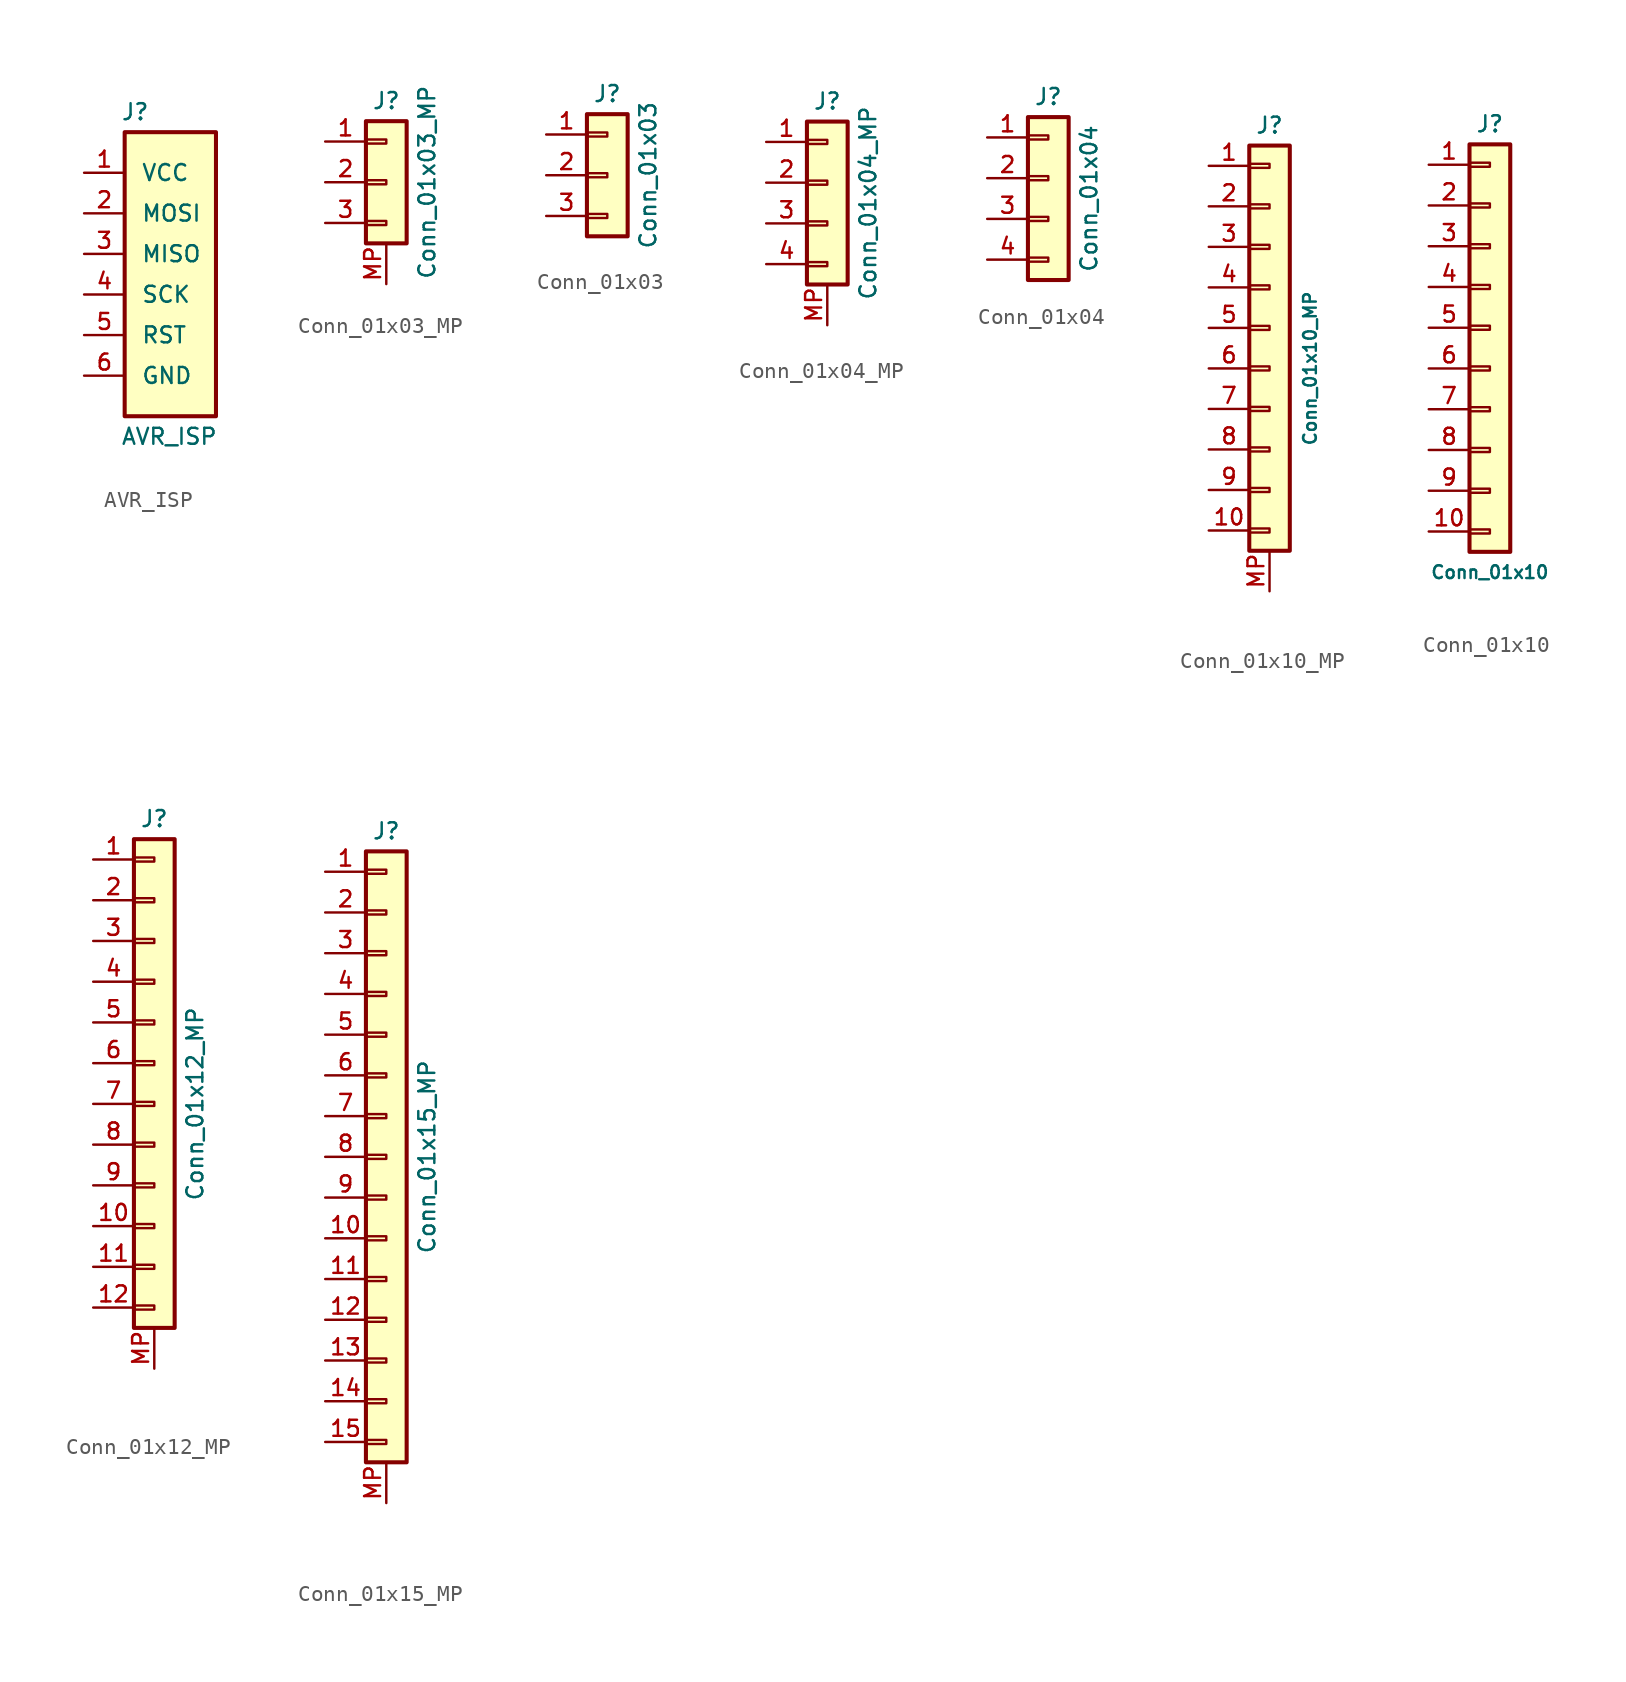
<source format=kicad_sym>
(kicad_symbol_lib
  (version 20201005)
  (generator kicad_symbol_editor)
  (symbol "HDLib_Connector:AVR_ISP"
    (pin_names
      (offset 1.016))
    (property "Reference" "J"
      (at -2.794 8.89 0)
      (effects (font (size 1 1)) (justify left)))
    (property "Value" "AVR_ISP"
      (at 0.254 -11.43 0)
      (effects (font (size 1 1))))
    (symbol "AVR_ISP_0_1"
      (rectangle (start -2.54 7.62) (end 3.175 -10.16) (stroke (width 0.254)) (fill (type background))))
    (symbol "AVR_ISP_1_1"
      (pin power_in line (at -5.08 5.08 0) (length 2.54) (name "VCC" (effects (font (size 1 1)))) (number "1" (effects (font (size 1 1)))))
      (pin passive line (at -5.08 2.54 0) (length 2.54) (name "MOSI" (effects (font (size 1 1)))) (number "2" (effects (font (size 1 1)))))
      (pin passive line (at -5.08 0 0) (length 2.54) (name "MISO" (effects (font (size 1 1)))) (number "3" (effects (font (size 1 1)))))
      (pin passive line (at -5.08 -2.54 0) (length 2.54) (name "SCK" (effects (font (size 1 1)))) (number "4" (effects (font (size 1 1)))))
      (pin passive line (at -5.08 -5.08 0) (length 2.54) (name "RST" (effects (font (size 1 1)))) (number "5" (effects (font (size 1 1)))))
      (pin power_in line (at -5.08 -7.62 0) (length 2.54) (name "GND" (effects (font (size 1 1)))) (number "6" (effects (font (size 1 1)))))))
  (symbol "HDLib_Connector:Conn_01x03_MP"
    (pin_names
      (offset 1.016) hide)
    (property "Reference" "J"
      (at 0 5.08 0)
      (effects (font (size 1 1))))
    (property "Value" "Conn_01x03_MP"
      (at 2.54 0 90)
      (effects (font (size 1 1))))
    (symbol "Conn_01x03_MP_1_1"
      (rectangle (start -1.27 -2.413) (end 0 -2.667) (stroke (width 0.152)) (fill (type none)))
      (rectangle (start -1.27 0.127) (end 0 -0.127) (stroke (width 0.152)) (fill (type none)))
      (rectangle (start -1.27 2.667) (end 0 2.413) (stroke (width 0.152)) (fill (type none)))
      (rectangle (start -1.27 3.81) (end 1.27 -3.81) (stroke (width 0.254)) (fill (type background)))
      (pin passive line (at -3.81 2.54 0) (length 2.54) (name "Pin_1" (effects (font (size 1 1)))) (number "1" (effects (font (size 1 1)))))
      (pin passive line (at -3.81 0 0) (length 2.54) (name "Pin_2" (effects (font (size 1 1)))) (number "2" (effects (font (size 1 1)))))
      (pin passive line (at -3.81 -2.54 0) (length 2.54) (name "Pin_3" (effects (font (size 1 1)))) (number "3" (effects (font (size 1 1)))))
      (pin passive line (at 0 -6.35 90) (length 2.54) (name "MP" (effects (font (size 1 1)))) (number "MP" (effects (font (size 1 1)))))))
  (symbol "HDLib_Connector:Conn_01x03"
    (pin_names
      (offset 1.016) hide)
    (property "Reference" "J"
      (at 0 5.08 0)
      (effects (font (size 1 1))))
    (property "Value" "Conn_01x03"
      (at 2.54 0 90)
      (effects (font (size 1 1))))
    (symbol "Conn_01x03_1_1"
      (rectangle (start -1.27 -2.413) (end 0 -2.667) (stroke (width 0.152)) (fill (type none)))
      (rectangle (start -1.27 0.127) (end 0 -0.127) (stroke (width 0.152)) (fill (type none)))
      (rectangle (start -1.27 2.667) (end 0 2.413) (stroke (width 0.152)) (fill (type none)))
      (rectangle (start -1.27 3.81) (end 1.27 -3.81) (stroke (width 0.254)) (fill (type background)))
      (pin passive line (at -3.81 2.54 0) (length 2.54) (name "Pin_1" (effects (font (size 1 1)))) (number "1" (effects (font (size 1 1)))))
      (pin passive line (at -3.81 0 0) (length 2.54) (name "Pin_2" (effects (font (size 1 1)))) (number "2" (effects (font (size 1 1)))))
      (pin passive line (at -3.81 -2.54 0) (length 2.54) (name "Pin_3" (effects (font (size 1 1)))) (number "3" (effects (font (size 1 1)))))))
  (symbol "HDLib_Connector:Conn_01x04_MP"
    (pin_names
      (offset 1.016) hide)
    (property "Reference" "J"
      (at 0 5.08 0)
      (effects (font (size 1 1))))
    (property "Value" "Conn_01x04_MP"
      (at 2.54 -1.27 90)
      (effects (font (size 1 1))))
    (symbol "Conn_01x04_MP_1_1"
      (rectangle (start -1.27 -4.953) (end 0 -5.207) (stroke (width 0.152)) (fill (type none)))
      (rectangle (start -1.27 -2.413) (end 0 -2.667) (stroke (width 0.152)) (fill (type none)))
      (rectangle (start -1.27 0.127) (end 0 -0.127) (stroke (width 0.152)) (fill (type none)))
      (rectangle (start -1.27 2.667) (end 0 2.413) (stroke (width 0.152)) (fill (type none)))
      (rectangle (start -1.27 3.81) (end 1.27 -6.35) (stroke (width 0.254)) (fill (type background)))
      (pin passive line (at -3.81 2.54 0) (length 2.54) (name "Pin_1" (effects (font (size 1 1)))) (number "1" (effects (font (size 1 1)))))
      (pin passive line (at -3.81 0 0) (length 2.54) (name "Pin_2" (effects (font (size 1 1)))) (number "2" (effects (font (size 1 1)))))
      (pin passive line (at -3.81 -2.54 0) (length 2.54) (name "Pin_3" (effects (font (size 1 1)))) (number "3" (effects (font (size 1 1)))))
      (pin passive line (at -3.81 -5.08 0) (length 2.54) (name "Pin_4" (effects (font (size 1 1)))) (number "4" (effects (font (size 1 1)))))
      (pin passive line (at 0 -8.89 90) (length 2.54) (name "MP" (effects (font (size 1 1)))) (number "MP" (effects (font (size 1 1)))))))
  (symbol "HDLib_Connector:Conn_01x04"
    (pin_names
      (offset 1.016) hide)
    (property "Reference" "J"
      (at 0 5.08 0)
      (effects (font (size 1 1))))
    (property "Value" "Conn_01x04"
      (at 2.54 -1.27 90)
      (effects (font (size 1 1))))
    (symbol "Conn_01x04_1_1"
      (rectangle (start -1.27 -4.953) (end 0 -5.207) (stroke (width 0.152)) (fill (type none)))
      (rectangle (start -1.27 -2.413) (end 0 -2.667) (stroke (width 0.152)) (fill (type none)))
      (rectangle (start -1.27 0.127) (end 0 -0.127) (stroke (width 0.152)) (fill (type none)))
      (rectangle (start -1.27 2.667) (end 0 2.413) (stroke (width 0.152)) (fill (type none)))
      (rectangle (start -1.27 3.81) (end 1.27 -6.35) (stroke (width 0.254)) (fill (type background)))
      (pin passive line (at -3.81 2.54 0) (length 2.54) (name "Pin_1" (effects (font (size 1 1)))) (number "1" (effects (font (size 1 1)))))
      (pin passive line (at -3.81 0 0) (length 2.54) (name "Pin_2" (effects (font (size 1 1)))) (number "2" (effects (font (size 1 1)))))
      (pin passive line (at -3.81 -2.54 0) (length 2.54) (name "Pin_3" (effects (font (size 1 1)))) (number "3" (effects (font (size 1 1)))))
      (pin passive line (at -3.81 -5.08 0) (length 2.54) (name "Pin_4" (effects (font (size 1 1)))) (number "4" (effects (font (size 1 1)))))))
  (symbol "HDLib_Connector:Conn_01x10_MP"
    (pin_names
      (offset 1.016) hide)
    (property "Reference" "J"
      (at 0 12.7 0)
      (effects (font (size 1 1))))
    (property "Value" "Conn_01x10_MP"
      (at 2.54 -2.54 90)
      (effects (font (size 0.8 0.8))))
    (symbol "Conn_01x10_MP_1_1"
      (rectangle (start -1.27 -12.573) (end 0 -12.827) (stroke (width 0.152)) (fill (type none)))
      (rectangle (start -1.27 -10.033) (end 0 -10.287) (stroke (width 0.152)) (fill (type none)))
      (rectangle (start -1.27 -7.493) (end 0 -7.747) (stroke (width 0.152)) (fill (type none)))
      (rectangle (start -1.27 -4.953) (end 0 -5.207) (stroke (width 0.152)) (fill (type none)))
      (rectangle (start -1.27 -2.413) (end 0 -2.667) (stroke (width 0.152)) (fill (type none)))
      (rectangle (start -1.27 0.127) (end 0 -0.127) (stroke (width 0.152)) (fill (type none)))
      (rectangle (start -1.27 2.667) (end 0 2.413) (stroke (width 0.152)) (fill (type none)))
      (rectangle (start -1.27 5.207) (end 0 4.953) (stroke (width 0.152)) (fill (type none)))
      (rectangle (start -1.27 7.747) (end 0 7.493) (stroke (width 0.152)) (fill (type none)))
      (rectangle (start -1.27 10.287) (end 0 10.033) (stroke (width 0.152)) (fill (type none)))
      (rectangle (start -1.27 11.43) (end 1.27 -13.97) (stroke (width 0.254)) (fill (type background)))
      (pin passive line (at -3.81 10.16 0) (length 2.54) (name "Pin_1" (effects (font (size 1 1)))) (number "1" (effects (font (size 1 1)))))
      (pin passive line (at -3.81 -12.7 0) (length 2.54) (name "Pin_10" (effects (font (size 1 1)))) (number "10" (effects (font (size 1 1)))))
      (pin passive line (at -3.81 7.62 0) (length 2.54) (name "Pin_2" (effects (font (size 1 1)))) (number "2" (effects (font (size 1 1)))))
      (pin passive line (at -3.81 5.08 0) (length 2.54) (name "Pin_3" (effects (font (size 1 1)))) (number "3" (effects (font (size 1 1)))))
      (pin passive line (at -3.81 2.54 0) (length 2.54) (name "Pin_4" (effects (font (size 1 1)))) (number "4" (effects (font (size 1 1)))))
      (pin passive line (at -3.81 0 0) (length 2.54) (name "Pin_5" (effects (font (size 1 1)))) (number "5" (effects (font (size 1 1)))))
      (pin passive line (at -3.81 -2.54 0) (length 2.54) (name "Pin_6" (effects (font (size 1 1)))) (number "6" (effects (font (size 1 1)))))
      (pin passive line (at -3.81 -5.08 0) (length 2.54) (name "Pin_7" (effects (font (size 1 1)))) (number "7" (effects (font (size 1 1)))))
      (pin passive line (at -3.81 -7.62 0) (length 2.54) (name "Pin_8" (effects (font (size 1 1)))) (number "8" (effects (font (size 1 1)))))
      (pin passive line (at -3.81 -10.16 0) (length 2.54) (name "Pin_9" (effects (font (size 1 1)))) (number "9" (effects (font (size 1 1)))))
      (pin passive line (at 0 -16.51 90) (length 2.54) (name "MP" (effects (font (size 1 1)))) (number "MP" (effects (font (size 1 1)))))))
  (symbol "HDLib_Connector:Conn_01x10"
    (pin_names
      (offset 1.016) hide)
    (property "Reference" "J"
      (at 0 12.7 0)
      (effects (font (size 1 1))))
    (property "Value" "Conn_01x10"
      (at 0 -15.24 0)
      (effects (font (size 0.8 0.8))))
    (symbol "Conn_01x10_1_1"
      (rectangle (start -1.27 -12.573) (end 0 -12.827) (stroke (width 0.152)) (fill (type none)))
      (rectangle (start -1.27 -10.033) (end 0 -10.287) (stroke (width 0.152)) (fill (type none)))
      (rectangle (start -1.27 -7.493) (end 0 -7.747) (stroke (width 0.152)) (fill (type none)))
      (rectangle (start -1.27 -4.953) (end 0 -5.207) (stroke (width 0.152)) (fill (type none)))
      (rectangle (start -1.27 -2.413) (end 0 -2.667) (stroke (width 0.152)) (fill (type none)))
      (rectangle (start -1.27 0.127) (end 0 -0.127) (stroke (width 0.152)) (fill (type none)))
      (rectangle (start -1.27 2.667) (end 0 2.413) (stroke (width 0.152)) (fill (type none)))
      (rectangle (start -1.27 5.207) (end 0 4.953) (stroke (width 0.152)) (fill (type none)))
      (rectangle (start -1.27 7.747) (end 0 7.493) (stroke (width 0.152)) (fill (type none)))
      (rectangle (start -1.27 10.287) (end 0 10.033) (stroke (width 0.152)) (fill (type none)))
      (rectangle (start -1.27 11.43) (end 1.27 -13.97) (stroke (width 0.254)) (fill (type background)))
      (pin passive line (at -3.81 10.16 0) (length 2.54) (name "Pin_1" (effects (font (size 1 1)))) (number "1" (effects (font (size 1 1)))))
      (pin passive line (at -3.81 -12.7 0) (length 2.54) (name "Pin_10" (effects (font (size 1 1)))) (number "10" (effects (font (size 1 1)))))
      (pin passive line (at -3.81 7.62 0) (length 2.54) (name "Pin_2" (effects (font (size 1 1)))) (number "2" (effects (font (size 1 1)))))
      (pin passive line (at -3.81 5.08 0) (length 2.54) (name "Pin_3" (effects (font (size 1 1)))) (number "3" (effects (font (size 1 1)))))
      (pin passive line (at -3.81 2.54 0) (length 2.54) (name "Pin_4" (effects (font (size 1 1)))) (number "4" (effects (font (size 1 1)))))
      (pin passive line (at -3.81 0 0) (length 2.54) (name "Pin_5" (effects (font (size 1 1)))) (number "5" (effects (font (size 1 1)))))
      (pin passive line (at -3.81 -2.54 0) (length 2.54) (name "Pin_6" (effects (font (size 1 1)))) (number "6" (effects (font (size 1 1)))))
      (pin passive line (at -3.81 -5.08 0) (length 2.54) (name "Pin_7" (effects (font (size 1 1)))) (number "7" (effects (font (size 1 1)))))
      (pin passive line (at -3.81 -7.62 0) (length 2.54) (name "Pin_8" (effects (font (size 1 1)))) (number "8" (effects (font (size 1 1)))))
      (pin passive line (at -3.81 -10.16 0) (length 2.54) (name "Pin_9" (effects (font (size 1 1)))) (number "9" (effects (font (size 1 1)))))))
  (symbol "HDLib_Connector:Conn_01x12_MP"
    (pin_names
      (offset 1.016) hide)
    (property "Reference" "J"
      (at 0 15.24 0)
      (effects (font (size 1 1))))
    (property "Value" "Conn_01x12_MP"
      (at 2.54 -2.54 90)
      (effects (font (size 1 1))))
    (symbol "Conn_01x12_MP_1_1"
      (rectangle (start -1.27 -15.113) (end 0 -15.367) (stroke (width 0.152)) (fill (type none)))
      (rectangle (start -1.27 -12.573) (end 0 -12.827) (stroke (width 0.152)) (fill (type none)))
      (rectangle (start -1.27 -10.033) (end 0 -10.287) (stroke (width 0.152)) (fill (type none)))
      (rectangle (start -1.27 -7.493) (end 0 -7.747) (stroke (width 0.152)) (fill (type none)))
      (rectangle (start -1.27 -4.953) (end 0 -5.207) (stroke (width 0.152)) (fill (type none)))
      (rectangle (start -1.27 -2.413) (end 0 -2.667) (stroke (width 0.152)) (fill (type none)))
      (rectangle (start -1.27 0.127) (end 0 -0.127) (stroke (width 0.152)) (fill (type none)))
      (rectangle (start -1.27 2.667) (end 0 2.413) (stroke (width 0.152)) (fill (type none)))
      (rectangle (start -1.27 5.207) (end 0 4.953) (stroke (width 0.152)) (fill (type none)))
      (rectangle (start -1.27 7.747) (end 0 7.493) (stroke (width 0.152)) (fill (type none)))
      (rectangle (start -1.27 10.287) (end 0 10.033) (stroke (width 0.152)) (fill (type none)))
      (rectangle (start -1.27 12.827) (end 0 12.573) (stroke (width 0.152)) (fill (type none)))
      (rectangle (start -1.27 13.97) (end 1.27 -16.51) (stroke (width 0.254)) (fill (type background)))
      (pin passive line (at -3.81 12.7 0) (length 2.54) (name "Pin_1" (effects (font (size 1 1)))) (number "1" (effects (font (size 1 1)))))
      (pin passive line (at -3.81 -10.16 0) (length 2.54) (name "Pin_10" (effects (font (size 1 1)))) (number "10" (effects (font (size 1 1)))))
      (pin passive line (at -3.81 -12.7 0) (length 2.54) (name "Pin_11" (effects (font (size 1 1)))) (number "11" (effects (font (size 1 1)))))
      (pin passive line (at -3.81 -15.24 0) (length 2.54) (name "Pin_12" (effects (font (size 1 1)))) (number "12" (effects (font (size 1 1)))))
      (pin passive line (at -3.81 10.16 0) (length 2.54) (name "Pin_2" (effects (font (size 1 1)))) (number "2" (effects (font (size 1 1)))))
      (pin passive line (at -3.81 7.62 0) (length 2.54) (name "Pin_3" (effects (font (size 1 1)))) (number "3" (effects (font (size 1 1)))))
      (pin passive line (at -3.81 5.08 0) (length 2.54) (name "Pin_4" (effects (font (size 1 1)))) (number "4" (effects (font (size 1 1)))))
      (pin passive line (at -3.81 2.54 0) (length 2.54) (name "Pin_5" (effects (font (size 1 1)))) (number "5" (effects (font (size 1 1)))))
      (pin passive line (at -3.81 0 0) (length 2.54) (name "Pin_6" (effects (font (size 1 1)))) (number "6" (effects (font (size 1 1)))))
      (pin passive line (at -3.81 -2.54 0) (length 2.54) (name "Pin_7" (effects (font (size 1 1)))) (number "7" (effects (font (size 1 1)))))
      (pin passive line (at -3.81 -5.08 0) (length 2.54) (name "Pin_8" (effects (font (size 1 1)))) (number "8" (effects (font (size 1 1)))))
      (pin passive line (at -3.81 -7.62 0) (length 2.54) (name "Pin_9" (effects (font (size 1 1)))) (number "9" (effects (font (size 1 1)))))
      (pin passive line (at 0 -19.05 90) (length 2.54) (name "MP" (effects (font (size 1 1)))) (number "MP" (effects (font (size 1 1)))))))
  (symbol "HDLib_Connector:Conn_01x15_MP"
    (pin_names
      (offset 1.016) hide)
    (property "Reference" "J"
      (at 0 20.32 0)
      (effects (font (size 1 1))))
    (property "Value" "Conn_01x15_MP"
      (at 2.54 0 90)
      (effects (font (size 1 1))))
    (symbol "Conn_01x15_MP_1_1"
      (rectangle (start -1.27 -17.653) (end 0 -17.907) (stroke (width 0.152)) (fill (type none)))
      (rectangle (start -1.27 -15.113) (end 0 -15.367) (stroke (width 0.152)) (fill (type none)))
      (rectangle (start -1.27 -12.573) (end 0 -12.827) (stroke (width 0.152)) (fill (type none)))
      (rectangle (start -1.27 -10.033) (end 0 -10.287) (stroke (width 0.152)) (fill (type none)))
      (rectangle (start -1.27 -7.493) (end 0 -7.747) (stroke (width 0.152)) (fill (type none)))
      (rectangle (start -1.27 -4.953) (end 0 -5.207) (stroke (width 0.152)) (fill (type none)))
      (rectangle (start -1.27 -2.413) (end 0 -2.667) (stroke (width 0.152)) (fill (type none)))
      (rectangle (start -1.27 0.127) (end 0 -0.127) (stroke (width 0.152)) (fill (type none)))
      (rectangle (start -1.27 2.667) (end 0 2.413) (stroke (width 0.152)) (fill (type none)))
      (rectangle (start -1.27 5.207) (end 0 4.953) (stroke (width 0.152)) (fill (type none)))
      (rectangle (start -1.27 7.747) (end 0 7.493) (stroke (width 0.152)) (fill (type none)))
      (rectangle (start -1.27 10.287) (end 0 10.033) (stroke (width 0.152)) (fill (type none)))
      (rectangle (start -1.27 12.827) (end 0 12.573) (stroke (width 0.152)) (fill (type none)))
      (rectangle (start -1.27 15.367) (end 0 15.113) (stroke (width 0.152)) (fill (type none)))
      (rectangle (start -1.27 17.907) (end 0 17.653) (stroke (width 0.152)) (fill (type none)))
      (rectangle (start -1.27 19.05) (end 1.27 -19.05) (stroke (width 0.254)) (fill (type background)))
      (pin passive line (at -3.81 17.78 0) (length 2.54) (name "Pin_1" (effects (font (size 1 1)))) (number "1" (effects (font (size 1 1)))))
      (pin passive line (at -3.81 -5.08 0) (length 2.54) (name "Pin_10" (effects (font (size 1 1)))) (number "10" (effects (font (size 1 1)))))
      (pin passive line (at -3.81 -7.62 0) (length 2.54) (name "Pin_11" (effects (font (size 1 1)))) (number "11" (effects (font (size 1 1)))))
      (pin passive line (at -3.81 -10.16 0) (length 2.54) (name "Pin_12" (effects (font (size 1 1)))) (number "12" (effects (font (size 1 1)))))
      (pin passive line (at -3.81 -12.7 0) (length 2.54) (name "Pin_13" (effects (font (size 1 1)))) (number "13" (effects (font (size 1 1)))))
      (pin passive line (at -3.81 -15.24 0) (length 2.54) (name "Pin_14" (effects (font (size 1 1)))) (number "14" (effects (font (size 1 1)))))
      (pin passive line (at -3.81 -17.78 0) (length 2.54) (name "Pin_15" (effects (font (size 1 1)))) (number "15" (effects (font (size 1 1)))))
      (pin passive line (at -3.81 15.24 0) (length 2.54) (name "Pin_2" (effects (font (size 1 1)))) (number "2" (effects (font (size 1 1)))))
      (pin passive line (at -3.81 12.7 0) (length 2.54) (name "Pin_3" (effects (font (size 1 1)))) (number "3" (effects (font (size 1 1)))))
      (pin passive line (at -3.81 10.16 0) (length 2.54) (name "Pin_4" (effects (font (size 1 1)))) (number "4" (effects (font (size 1 1)))))
      (pin passive line (at -3.81 7.62 0) (length 2.54) (name "Pin_5" (effects (font (size 1 1)))) (number "5" (effects (font (size 1 1)))))
      (pin passive line (at -3.81 5.08 0) (length 2.54) (name "Pin_6" (effects (font (size 1 1)))) (number "6" (effects (font (size 1 1)))))
      (pin passive line (at -3.81 2.54 0) (length 2.54) (name "Pin_7" (effects (font (size 1 1)))) (number "7" (effects (font (size 1 1)))))
      (pin passive line (at -3.81 0 0) (length 2.54) (name "Pin_8" (effects (font (size 1 1)))) (number "8" (effects (font (size 1 1)))))
      (pin passive line (at -3.81 -2.54 0) (length 2.54) (name "Pin_9" (effects (font (size 1 1)))) (number "9" (effects (font (size 1 1)))))
      (pin passive line (at 0 -21.59 90) (length 2.54) (name "MP" (effects (font (size 1 1)))) (number "MP" (effects (font (size 1 1))))))))
</source>
